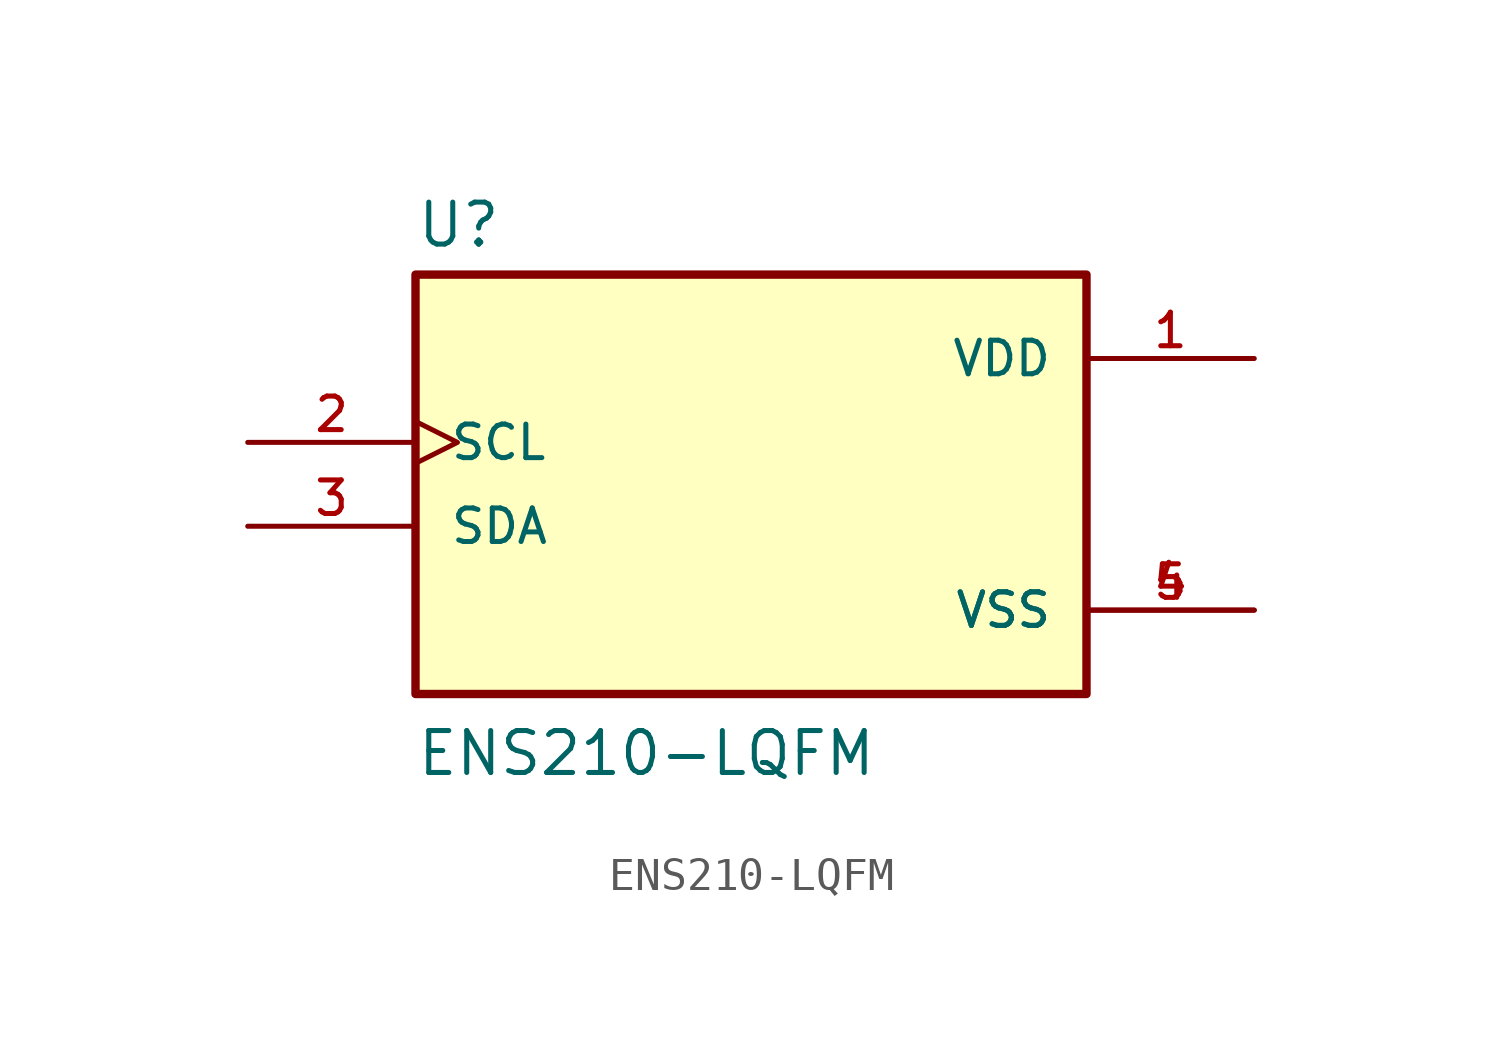
<source format=kicad_sym>
(kicad_symbol_lib
  (version 20211014)
  (generator kicad_symbol_editor)
  (symbol "ENS210-LQFM"
    (pin_names
      (offset 1.016))
    (property "Reference" "U"
      (at -10.16 5.842 0)
      (effects (font (size 1.27 1.27)) (justify bottom left)))
    (property "Value" "ENS210-LQFM"
      (at -10.16 -10.16 0)
      (effects (font (size 1.27 1.27)) (justify bottom left)))
    (symbol "ENS210-LQFM_0_0"
      (rectangle (start -10.16 -7.62) (end 10.16 5.08) (stroke (width 0.254)) (fill (type background)))
      (pin power_in line (at 15.24 2.54 180.0) (length 5.08) (name "VDD" (effects (font (size 1.016 1.016)))) (number "1" (effects (font (size 1.016 1.016)))))
      (pin input clock (at -15.24 0.0 0) (length 5.08) (name "SCL" (effects (font (size 1.016 1.016)))) (number "2" (effects (font (size 1.016 1.016)))))
      (pin power_in line (at 15.24 -5.08 180.0) (length 5.08) (name "VSS" (effects (font (size 1.016 1.016)))) (number "4" (effects (font (size 1.016 1.016)))))
      (pin power_in line (at 15.24 -5.08 180.0) (length 5.08) (name "VSS" (effects (font (size 1.016 1.016)))) (number "5" (effects (font (size 1.016 1.016)))))
      (pin bidirectional line (at -15.24 -2.54 0) (length 5.08) (name "SDA" (effects (font (size 1.016 1.016)))) (number "3" (effects (font (size 1.016 1.016))))))))
</source>
